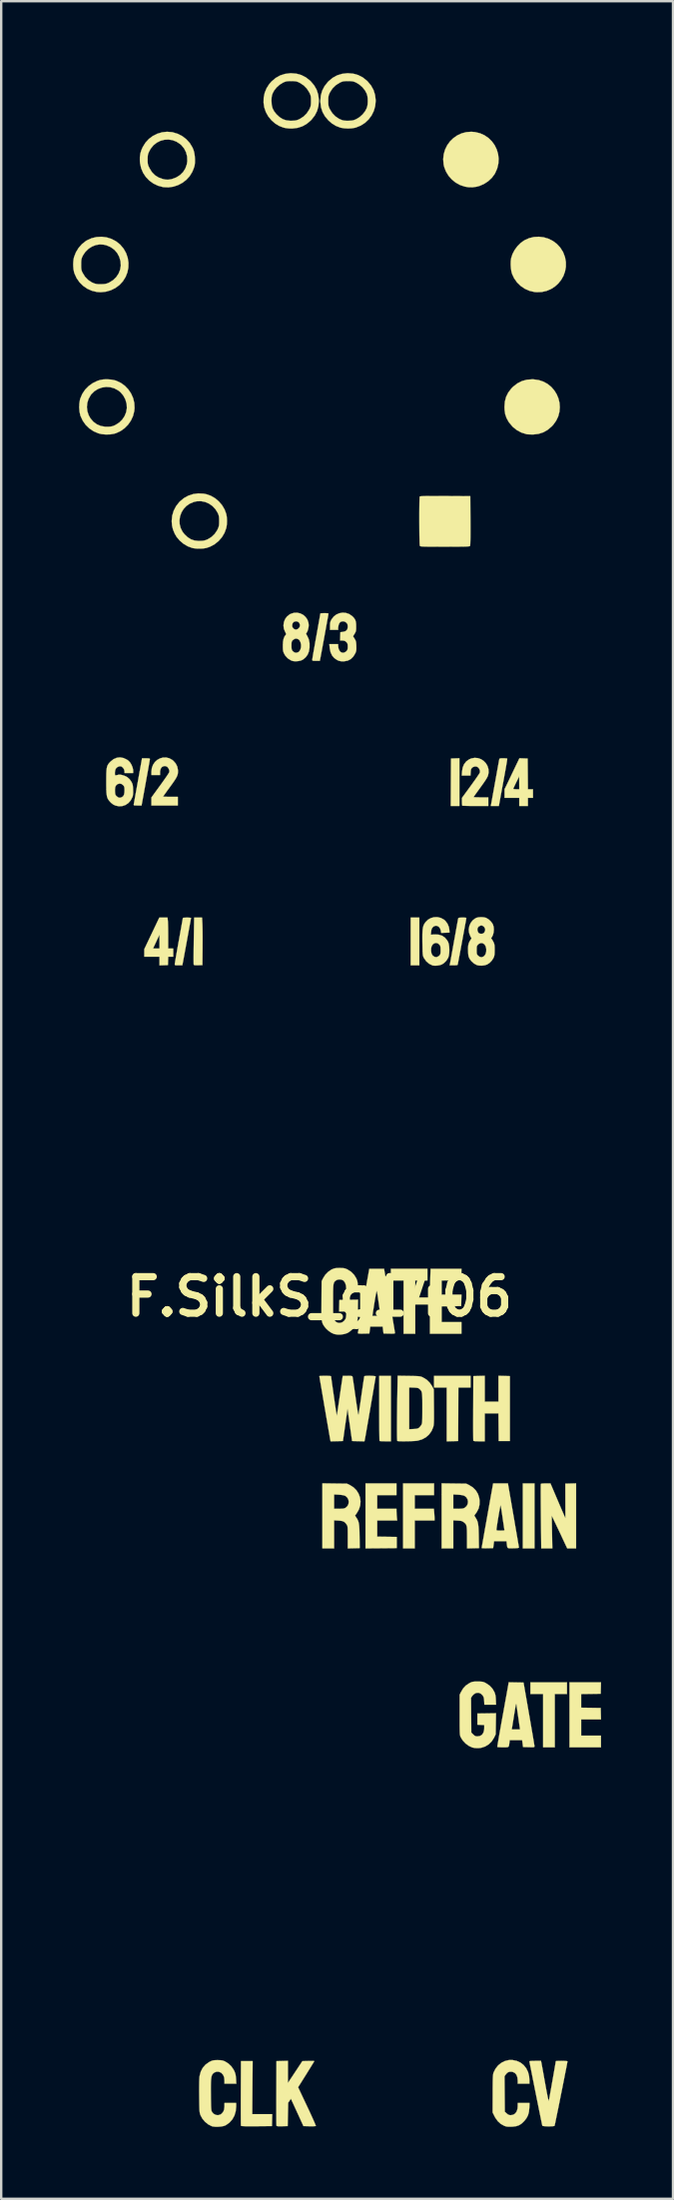
<source format=kicad_pcb>
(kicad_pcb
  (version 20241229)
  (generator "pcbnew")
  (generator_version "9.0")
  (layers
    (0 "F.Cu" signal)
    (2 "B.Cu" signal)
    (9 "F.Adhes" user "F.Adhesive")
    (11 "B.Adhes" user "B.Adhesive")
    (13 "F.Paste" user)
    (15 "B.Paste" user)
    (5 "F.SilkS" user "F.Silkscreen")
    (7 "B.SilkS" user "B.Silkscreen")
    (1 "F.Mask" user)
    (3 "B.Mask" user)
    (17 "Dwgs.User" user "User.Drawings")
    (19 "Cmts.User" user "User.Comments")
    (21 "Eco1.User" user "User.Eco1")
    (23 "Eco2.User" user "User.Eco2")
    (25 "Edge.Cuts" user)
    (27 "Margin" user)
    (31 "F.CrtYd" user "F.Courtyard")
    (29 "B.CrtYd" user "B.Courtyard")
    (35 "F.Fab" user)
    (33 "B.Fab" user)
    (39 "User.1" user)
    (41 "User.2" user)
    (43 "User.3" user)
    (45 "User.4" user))
  (footprint "F.SilkS_g1406"
    (layer "F.Cu")
    (at 10.273 51.038)
    (property "Reference" "F.SilkS_g1406" (at 0 0 0) (layer "F.SilkS") (effects (font (size 1.524 1.524) (thickness 0.3))))
    (attr through_hole)
    (fp_poly (pts (xy 4.17 -13.822) (xy 3.81 -13.822) (xy 3.81 -15.812) (xy 4.17 -15.812) (xy 4.17 -13.822)) (stroke (width 0.01) (type solid)) (fill yes) (layer "F.SilkS"))
    (fp_poly (pts (xy 8.975 10.499) (xy 8.488 10.499) (xy 8.488 7.789) (xy 8.975 7.789) (xy 8.975 10.499)) (stroke (width 0.01) (type solid)) (fill yes) (layer "F.SilkS"))
    (fp_poly (pts (xy 5.842 -20.468) (xy 5.482 -20.468) (xy 5.487 -21.458) (xy 5.493 -22.447) (xy 5.842 -22.46) (xy 5.842 -20.468)) (stroke (width 0.01) (type solid)) (fill yes) (layer "F.SilkS"))
    (fp_poly (pts (xy 4.508 -0.677) (xy 4 -0.677) (xy 4 1.545) (xy 3.514 1.545) (xy 3.514 -0.677) (xy 2.985 -0.677) (xy 2.985 -1.164) (xy 4.508 -1.164) (xy 4.508 -0.677)) (stroke (width 0.01) (type solid)) (fill yes) (layer "F.SilkS"))
    (fp_poly (pts (xy 10.329 16.573) (xy 9.821 16.573) (xy 9.821 18.796) (xy 9.335 18.796) (xy 9.335 16.573) (xy 8.805 16.573) (xy 8.805 16.087) (xy 10.329 16.087) (xy 10.329 16.573)) (stroke (width 0.01) (type solid)) (fill yes) (layer "F.SilkS"))
    (fp_poly (pts (xy 6.308 3.789) (xy 5.8 3.789) (xy 5.795 4.905) (xy 5.789 6.022) (xy 5.551 6.028) (xy 5.313 6.034) (xy 5.313 3.789) (xy 4.784 3.789) (xy 4.784 3.302) (xy 6.308 3.302) (xy 6.308 3.789)) (stroke (width 0.01) (type solid)) (fill yes) (layer "F.SilkS"))
    (fp_poly (pts (xy 11.737 16.563) (xy 11.329 16.569) (xy 10.922 16.574) (xy 10.922 17.144) (xy 11.329 17.15) (xy 11.737 17.156) (xy 11.749 17.632) (xy 10.922 17.632) (xy 10.922 18.309) (xy 11.748 18.309) (xy 11.748 18.796) (xy 10.435 18.796) (xy 10.435 16.087) (xy 11.749 16.087) (xy 11.737 16.563)) (stroke (width 0.01) (type solid)) (fill yes) (layer "F.SilkS"))
    (fp_poly (pts (xy 4.784 8.276) (xy 3.979 8.276) (xy 3.979 8.848) (xy 4.777 8.848) (xy 4.791 9.01) (xy 4.798 9.101) (xy 4.803 9.188) (xy 4.805 9.251) (xy 4.805 9.253) (xy 4.805 9.335) (xy 3.979 9.335) (xy 3.979 10.499) (xy 3.493 10.499) (xy 3.493 7.789) (xy 4.784 7.789) (xy 4.784 8.276)) (stroke (width 0.01) (type solid)) (fill yes) (layer "F.SilkS"))
    (fp_poly (pts (xy 3.217 8.276) (xy 2.413 8.276) (xy 2.413 8.848) (xy 3.217 8.848) (xy 3.217 8.948) (xy 3.22 9.025) (xy 3.225 9.12) (xy 3.231 9.192) (xy 3.245 9.335) (xy 2.413 9.335) (xy 2.413 10.011) (xy 3.228 10.022) (xy 3.228 10.488) (xy 2.577 10.494) (xy 1.926 10.499) (xy 1.926 7.789) (xy 3.217 7.789) (xy 3.217 8.276)) (stroke (width 0.01) (type solid)) (fill yes) (layer "F.SilkS"))
    (fp_poly (pts (xy 2.985 6.032) (xy 2.755 6.032) (xy 2.661 6.031) (xy 2.582 6.028) (xy 2.529 6.023) (xy 2.512 6.018) (xy 2.509 5.995) (xy 2.507 5.933) (xy 2.505 5.837) (xy 2.503 5.708) (xy 2.501 5.552) (xy 2.5 5.371) (xy 2.499 5.169) (xy 2.498 4.951) (xy 2.498 4.718) (xy 2.498 4.653) (xy 2.498 3.302) (xy 2.985 3.302) (xy 2.985 6.032)) (stroke (width 0.01) (type solid)) (fill yes) (layer "F.SilkS"))
    (fp_poly (pts (xy 5.916 -0.688) (xy 5.509 -0.682) (xy 5.101 -0.676) (xy 5.101 -0.085) (xy 5.928 -0.085) (xy 5.916 0.392) (xy 5.509 0.397) (xy 5.101 0.403) (xy 5.101 1.058) (xy 5.927 1.058) (xy 5.927 1.545) (xy 4.614 1.545) (xy 4.614 0.556) (xy 4.615 0.339) (xy 4.616 0.122) (xy 4.617 -0.089) (xy 4.619 -0.288) (xy 4.621 -0.467) (xy 4.624 -0.621) (xy 4.627 -0.743) (xy 4.628 -0.799) (xy 4.642 -1.164) (xy 5.928 -1.164) (xy 5.916 -0.688)) (stroke (width 0.01) (type solid)) (fill yes) (layer "F.SilkS"))
    (fp_poly (pts (xy -4.88 -15.552) (xy -4.877 -15.467) (xy -4.874 -15.347) (xy -4.872 -15.199) (xy -4.871 -15.031) (xy -4.871 -14.851) (xy -4.872 -14.665) (xy -4.872 -14.563) (xy -4.879 -13.832) (xy -5.054 -13.826) (xy -5.143 -13.825) (xy -5.199 -13.828) (xy -5.229 -13.837) (xy -5.242 -13.854) (xy -5.244 -13.881) (xy -5.245 -13.947) (xy -5.246 -14.046) (xy -5.246 -14.174) (xy -5.245 -14.326) (xy -5.244 -14.5) (xy -5.241 -14.689) (xy -5.239 -14.849) (xy -5.223 -15.812) (xy -4.894 -15.812) (xy -4.88 -15.552)) (stroke (width 0.01) (type solid)) (fill yes) (layer "F.SilkS"))
    (fp_poly (pts (xy -2.792 32.994) (xy -2.8 34.099) (xy -1.967 34.099) (xy -1.973 34.348) (xy -1.979 34.597) (xy -2.62 34.603) (xy -2.81 34.604) (xy -2.962 34.604) (xy -3.078 34.603) (xy -3.164 34.6) (xy -3.222 34.596) (xy -3.256 34.59) (xy -3.27 34.583) (xy -3.271 34.581) (xy -3.273 34.556) (xy -3.274 34.492) (xy -3.275 34.393) (xy -3.276 34.263) (xy -3.277 34.105) (xy -3.277 33.923) (xy -3.277 33.72) (xy -3.277 33.501) (xy -3.276 33.269) (xy -3.276 33.221) (xy -3.27 31.888) (xy -2.783 31.888) (xy -2.792 32.994)) (stroke (width 0.01) (type solid)) (fill yes) (layer "F.SilkS"))
    (fp_poly (pts (xy 7.948 3.313) (xy 7.948 6.022) (xy 7.482 6.022) (xy 7.471 4.868) (xy 6.9 4.868) (xy 6.9 6.032) (xy 6.667 6.032) (xy 6.553 6.031) (xy 6.477 6.025) (xy 6.435 6.016) (xy 6.423 6.006) (xy 6.422 5.981) (xy 6.42 5.917) (xy 6.419 5.818) (xy 6.418 5.687) (xy 6.417 5.53) (xy 6.417 5.348) (xy 6.417 5.145) (xy 6.418 4.926) (xy 6.418 4.694) (xy 6.419 4.646) (xy 6.424 3.313) (xy 6.9 3.301) (xy 6.9 4.381) (xy 7.472 4.381) (xy 7.472 3.301) (xy 7.948 3.313)) (stroke (width 0.01) (type solid)) (fill yes) (layer "F.SilkS"))
    (fp_poly (pts (xy 8.689 -22.447) (xy 8.695 -21.807) (xy 8.7 -21.167) (xy 8.911 -21.167) (xy 8.911 -20.807) (xy 8.7 -20.807) (xy 8.7 -20.468) (xy 8.34 -20.468) (xy 8.34 -20.807) (xy 7.726 -20.807) (xy 7.726 -21.164) (xy 7.735 -21.183) (xy 8.087 -21.183) (xy 8.106 -21.174) (xy 8.155 -21.168) (xy 8.213 -21.167) (xy 8.34 -21.167) (xy 8.336 -21.706) (xy 8.212 -21.452) (xy 8.166 -21.357) (xy 8.128 -21.276) (xy 8.101 -21.216) (xy 8.088 -21.185) (xy 8.087 -21.183) (xy 7.735 -21.183) (xy 8.036 -21.812) (xy 8.346 -22.459) (xy 8.689 -22.447)) (stroke (width 0.01) (type solid)) (fill yes) (layer "F.SilkS"))
    (fp_poly (pts (xy -7.143 -22.455) (xy -7.089 -22.448) (xy -7.07 -22.434) (xy -7.069 -22.431) (xy -7.073 -22.406) (xy -7.083 -22.343) (xy -7.1 -22.247) (xy -7.122 -22.122) (xy -7.148 -21.972) (xy -7.179 -21.802) (xy -7.213 -21.616) (xy -7.243 -21.447) (xy -7.418 -20.489) (xy -7.585 -20.489) (xy -7.668 -20.49) (xy -7.717 -20.493) (xy -7.74 -20.502) (xy -7.745 -20.519) (xy -7.743 -20.537) (xy -7.737 -20.567) (xy -7.725 -20.635) (xy -7.707 -20.735) (xy -7.684 -20.863) (xy -7.657 -21.016) (xy -7.626 -21.188) (xy -7.592 -21.375) (xy -7.566 -21.521) (xy -7.398 -22.458) (xy -7.234 -22.458) (xy -7.143 -22.455)) (stroke (width 0.01) (type solid)) (fill yes) (layer "F.SilkS"))
    (fp_poly (pts (xy -6.321 -15.681) (xy -6.317 -15.623) (xy -6.314 -15.53) (xy -6.311 -15.411) (xy -6.309 -15.272) (xy -6.308 -15.123) (xy -6.308 -15.036) (xy -6.308 -14.52) (xy -6.096 -14.52) (xy -6.096 -14.182) (xy -6.306 -14.182) (xy -6.312 -14.007) (xy -6.318 -13.832) (xy -6.668 -13.82) (xy -6.668 -14.182) (xy -7.303 -14.182) (xy -7.303 -14.498) (xy -7.292 -14.52) (xy -6.94 -14.52) (xy -6.668 -14.52) (xy -6.668 -14.811) (xy -6.669 -15.102) (xy -6.729 -14.975) (xy -6.768 -14.892) (xy -6.815 -14.79) (xy -6.861 -14.692) (xy -6.865 -14.684) (xy -6.94 -14.52) (xy -7.292 -14.52) (xy -6.678 -15.811) (xy -6.335 -15.812) (xy -6.321 -15.681)) (stroke (width 0.01) (type solid)) (fill yes) (layer "F.SilkS"))
    (fp_poly (pts (xy 6.493 -48.579) (xy 6.702 -48.529) (xy 6.891 -48.444) (xy 7.057 -48.33) (xy 7.199 -48.19) (xy 7.314 -48.03) (xy 7.4 -47.853) (xy 7.456 -47.663) (xy 7.479 -47.465) (xy 7.467 -47.263) (xy 7.419 -47.061) (xy 7.332 -46.863) (xy 7.314 -46.831) (xy 7.195 -46.67) (xy 7.045 -46.53) (xy 6.871 -46.416) (xy 6.681 -46.333) (xy 6.564 -46.301) (xy 6.389 -46.276) (xy 6.22 -46.28) (xy 6.075 -46.303) (xy 5.876 -46.368) (xy 5.692 -46.468) (xy 5.529 -46.599) (xy 5.39 -46.756) (xy 5.281 -46.935) (xy 5.207 -47.13) (xy 5.184 -47.232) (xy 5.167 -47.447) (xy 5.188 -47.653) (xy 5.245 -47.848) (xy 5.333 -48.028) (xy 5.449 -48.189) (xy 5.591 -48.327) (xy 5.754 -48.441) (xy 5.936 -48.525) (xy 6.132 -48.576) (xy 6.34 -48.592) (xy 6.493 -48.579)) (stroke (width 0.01) (type solid)) (fill yes) (layer "F.SilkS"))
    (fp_poly (pts (xy 9.36 -44.189) (xy 9.555 -44.131) (xy 9.738 -44.04) (xy 9.903 -43.918) (xy 10.045 -43.767) (xy 10.159 -43.588) (xy 10.172 -43.562) (xy 10.248 -43.36) (xy 10.284 -43.158) (xy 10.284 -42.959) (xy 10.249 -42.766) (xy 10.184 -42.583) (xy 10.089 -42.415) (xy 9.968 -42.264) (xy 9.824 -42.134) (xy 9.659 -42.029) (xy 9.476 -41.953) (xy 9.278 -41.909) (xy 9.067 -41.901) (xy 8.974 -41.909) (xy 8.766 -41.957) (xy 8.573 -42.042) (xy 8.398 -42.161) (xy 8.246 -42.309) (xy 8.124 -42.483) (xy 8.039 -42.665) (xy 8.01 -42.774) (xy 7.991 -42.91) (xy 7.982 -43.055) (xy 7.985 -43.196) (xy 8 -43.314) (xy 8.056 -43.488) (xy 8.146 -43.66) (xy 8.264 -43.82) (xy 8.402 -43.958) (xy 8.554 -44.065) (xy 8.554 -44.065) (xy 8.75 -44.153) (xy 8.953 -44.202) (xy 9.158 -44.213) (xy 9.36 -44.189)) (stroke (width 0.01) (type solid)) (fill yes) (layer "F.SilkS"))
    (fp_poly (pts (xy 8.943 -38.263) (xy 9.155 -38.233) (xy 9.349 -38.168) (xy 9.521 -38.073) (xy 9.671 -37.952) (xy 9.797 -37.808) (xy 9.898 -37.647) (xy 9.972 -37.473) (xy 10.017 -37.288) (xy 10.031 -37.099) (xy 10.014 -36.907) (xy 9.964 -36.719) (xy 9.878 -36.538) (xy 9.756 -36.368) (xy 9.694 -36.301) (xy 9.525 -36.158) (xy 9.344 -36.055) (xy 9.146 -35.991) (xy 8.931 -35.965) (xy 8.866 -35.965) (xy 8.778 -35.967) (xy 8.703 -35.971) (xy 8.654 -35.975) (xy 8.647 -35.977) (xy 8.428 -36.045) (xy 8.234 -36.149) (xy 8.065 -36.286) (xy 7.919 -36.459) (xy 7.891 -36.5) (xy 7.807 -36.654) (xy 7.753 -36.813) (xy 7.727 -36.991) (xy 7.722 -37.116) (xy 7.739 -37.336) (xy 7.791 -37.535) (xy 7.881 -37.715) (xy 8.009 -37.882) (xy 8.089 -37.963) (xy 8.263 -38.097) (xy 8.451 -38.192) (xy 8.655 -38.248) (xy 8.876 -38.265) (xy 8.943 -38.263)) (stroke (width 0.01) (type solid)) (fill yes) (layer "F.SilkS"))
    (fp_poly (pts (xy 7.749 -22.456) (xy 7.808 -22.451) (xy 7.837 -22.443) (xy 7.838 -22.442) (xy 7.837 -22.418) (xy 7.828 -22.358) (xy 7.813 -22.265) (xy 7.793 -22.144) (xy 7.768 -22.001) (xy 7.739 -21.84) (xy 7.707 -21.665) (xy 7.705 -21.654) (xy 7.671 -21.468) (xy 7.637 -21.287) (xy 7.606 -21.116) (xy 7.578 -20.963) (xy 7.554 -20.833) (xy 7.536 -20.732) (xy 7.525 -20.675) (xy 7.488 -20.468) (xy 7.151 -20.468) (xy 7.163 -20.526) (xy 7.169 -20.559) (xy 7.182 -20.629) (xy 7.201 -20.731) (xy 7.224 -20.861) (xy 7.252 -21.014) (xy 7.283 -21.186) (xy 7.316 -21.371) (xy 7.335 -21.474) (xy 7.369 -21.664) (xy 7.401 -21.842) (xy 7.43 -22.004) (xy 7.456 -22.146) (xy 7.477 -22.261) (xy 7.492 -22.347) (xy 7.502 -22.398) (xy 7.504 -22.41) (xy 7.513 -22.435) (xy 7.532 -22.449) (xy 7.571 -22.456) (xy 7.639 -22.458) (xy 7.672 -22.458) (xy 7.749 -22.456)) (stroke (width 0.01) (type solid)) (fill yes) (layer "F.SilkS"))
    (fp_poly (pts (xy 10.71 10.499) (xy 10.525 10.498) (xy 10.34 10.498) (xy 10.139 10.07) (xy 10.072 9.925) (xy 10.001 9.775) (xy 9.932 9.63) (xy 9.87 9.5) (xy 9.821 9.397) (xy 9.816 9.387) (xy 9.693 9.133) (xy 9.706 9.816) (xy 9.719 10.499) (xy 9.257 10.499) (xy 9.243 9.163) (xy 9.241 8.929) (xy 9.239 8.707) (xy 9.238 8.502) (xy 9.237 8.316) (xy 9.236 8.153) (xy 9.237 8.018) (xy 9.237 7.913) (xy 9.239 7.843) (xy 9.24 7.81) (xy 9.241 7.808) (xy 9.266 7.8) (xy 9.323 7.794) (xy 9.402 7.79) (xy 9.447 7.79) (xy 9.641 7.79) (xy 9.905 8.409) (xy 9.972 8.566) (xy 10.035 8.715) (xy 10.094 8.851) (xy 10.144 8.967) (xy 10.183 9.058) (xy 10.21 9.119) (xy 10.216 9.133) (xy 10.265 9.239) (xy 10.263 8.52) (xy 10.261 7.8) (xy 10.486 7.794) (xy 10.71 7.788) (xy 10.71 10.499)) (stroke (width 0.01) (type solid)) (fill yes) (layer "F.SilkS"))
    (fp_poly (pts (xy -5.446 -15.81) (xy -5.387 -15.806) (xy -5.357 -15.8) (xy -5.355 -15.798) (xy -5.359 -15.775) (xy -5.369 -15.716) (xy -5.385 -15.625) (xy -5.407 -15.508) (xy -5.432 -15.37) (xy -5.46 -15.216) (xy -5.49 -15.051) (xy -5.521 -14.88) (xy -5.552 -14.709) (xy -5.583 -14.542) (xy -5.612 -14.384) (xy -5.638 -14.242) (xy -5.661 -14.119) (xy -5.679 -14.022) (xy -5.692 -13.954) (xy -5.696 -13.933) (xy -5.718 -13.822) (xy -5.875 -13.822) (xy -5.956 -13.823) (xy -6.003 -13.827) (xy -6.025 -13.838) (xy -6.032 -13.857) (xy -6.032 -13.868) (xy -6.029 -13.898) (xy -6.018 -13.965) (xy -6.002 -14.065) (xy -5.98 -14.193) (xy -5.953 -14.346) (xy -5.923 -14.517) (xy -5.89 -14.704) (xy -5.863 -14.851) (xy -5.828 -15.045) (xy -5.796 -15.225) (xy -5.766 -15.388) (xy -5.741 -15.53) (xy -5.72 -15.647) (xy -5.705 -15.733) (xy -5.696 -15.785) (xy -5.694 -15.8) (xy -5.674 -15.805) (xy -5.623 -15.809) (xy -5.548 -15.811) (xy -5.524 -15.812) (xy -5.446 -15.81)) (stroke (width 0.01) (type solid)) (fill yes) (layer "F.SilkS"))
    (fp_poly (pts (xy 0.29 -28.51) (xy 0.349 -28.505) (xy 0.379 -28.498) (xy 0.381 -28.496) (xy 0.377 -28.472) (xy 0.367 -28.412) (xy 0.351 -28.321) (xy 0.329 -28.203) (xy 0.304 -28.065) (xy 0.276 -27.91) (xy 0.246 -27.745) (xy 0.215 -27.574) (xy 0.184 -27.403) (xy 0.153 -27.236) (xy 0.124 -27.079) (xy 0.098 -26.937) (xy 0.075 -26.815) (xy 0.057 -26.718) (xy 0.044 -26.652) (xy 0.041 -26.633) (xy 0.018 -26.522) (xy -0.139 -26.522) (xy -0.22 -26.523) (xy -0.267 -26.527) (xy -0.289 -26.538) (xy -0.296 -26.557) (xy -0.296 -26.564) (xy -0.293 -26.593) (xy -0.282 -26.66) (xy -0.266 -26.759) (xy -0.244 -26.887) (xy -0.217 -27.038) (xy -0.187 -27.209) (xy -0.154 -27.396) (xy -0.127 -27.544) (xy -0.092 -27.738) (xy -0.06 -27.919) (xy -0.03 -28.083) (xy -0.005 -28.225) (xy 0.016 -28.342) (xy 0.031 -28.429) (xy 0.04 -28.482) (xy 0.042 -28.497) (xy 0.062 -28.504) (xy 0.114 -28.509) (xy 0.188 -28.511) (xy 0.212 -28.512) (xy 0.29 -28.51)) (stroke (width 0.01) (type solid)) (fill yes) (layer "F.SilkS"))
    (fp_poly (pts (xy 6.054 -15.811) (xy 6.103 -15.808) (xy 6.126 -15.799) (xy 6.132 -15.783) (xy 6.128 -15.764) (xy 6.122 -15.734) (xy 6.11 -15.666) (xy 6.091 -15.566) (xy 6.067 -15.438) (xy 6.039 -15.285) (xy 6.007 -15.114) (xy 5.973 -14.927) (xy 5.947 -14.787) (xy 5.912 -14.594) (xy 5.878 -14.413) (xy 5.847 -14.25) (xy 5.82 -14.108) (xy 5.798 -13.992) (xy 5.781 -13.906) (xy 5.77 -13.854) (xy 5.766 -13.84) (xy 5.741 -13.831) (xy 5.685 -13.825) (xy 5.609 -13.822) (xy 5.596 -13.822) (xy 5.436 -13.822) (xy 5.448 -13.88) (xy 5.455 -13.913) (xy 5.467 -13.983) (xy 5.486 -14.085) (xy 5.51 -14.215) (xy 5.537 -14.368) (xy 5.568 -14.539) (xy 5.601 -14.724) (xy 5.619 -14.827) (xy 5.654 -15.017) (xy 5.686 -15.196) (xy 5.715 -15.358) (xy 5.74 -15.499) (xy 5.762 -15.615) (xy 5.777 -15.701) (xy 5.787 -15.752) (xy 5.789 -15.764) (xy 5.798 -15.788) (xy 5.816 -15.802) (xy 5.853 -15.809) (xy 5.918 -15.811) (xy 5.97 -15.812) (xy 6.054 -15.811)) (stroke (width 0.01) (type solid)) (fill yes) (layer "F.SilkS"))
    (fp_poly (pts (xy -6.262 -22.459) (xy -6.137 -22.39) (xy -6.1 -22.361) (xy -5.995 -22.245) (xy -5.927 -22.111) (xy -5.899 -21.962) (xy -5.898 -21.929) (xy -5.9 -21.863) (xy -5.908 -21.802) (xy -5.926 -21.742) (xy -5.955 -21.675) (xy -5.999 -21.597) (xy -6.061 -21.503) (xy -6.143 -21.386) (xy -6.248 -21.241) (xy -6.252 -21.236) (xy -6.331 -21.128) (xy -6.4 -21.031) (xy -6.457 -20.952) (xy -6.498 -20.894) (xy -6.518 -20.863) (xy -6.519 -20.86) (xy -6.499 -20.856) (xy -6.445 -20.853) (xy -6.362 -20.851) (xy -6.26 -20.849) (xy -6.212 -20.849) (xy -5.905 -20.849) (xy -5.905 -20.489) (xy -7.006 -20.489) (xy -7.006 -20.823) (xy -6.639 -21.328) (xy -6.545 -21.459) (xy -6.459 -21.58) (xy -6.384 -21.687) (xy -6.324 -21.776) (xy -6.282 -21.842) (xy -6.261 -21.88) (xy -6.259 -21.884) (xy -6.26 -21.954) (xy -6.289 -22.03) (xy -6.338 -22.093) (xy -6.359 -22.109) (xy -6.424 -22.134) (xy -6.489 -22.131) (xy -6.564 -22.097) (xy -6.616 -22.03) (xy -6.643 -21.931) (xy -6.646 -21.87) (xy -6.646 -21.759) (xy -7.006 -21.759) (xy -7.006 -21.902) (xy -6.988 -22.054) (xy -6.938 -22.188) (xy -6.861 -22.301) (xy -6.763 -22.39) (xy -6.648 -22.453) (xy -6.523 -22.488) (xy -6.393 -22.49) (xy -6.262 -22.459)) (stroke (width 0.01) (type solid)) (fill yes) (layer "F.SilkS"))
    (fp_poly (pts (xy -1.312 32.337) (xy -1.312 32.798) (xy -1.01 32.343) (xy -0.709 31.888) (xy -0.46 31.882) (xy -0.363 31.88) (xy -0.284 31.881) (xy -0.231 31.883) (xy -0.212 31.887) (xy -0.222 31.907) (xy -0.253 31.959) (xy -0.301 32.037) (xy -0.363 32.138) (xy -0.436 32.256) (xy -0.518 32.388) (xy -0.549 32.438) (xy -0.887 32.977) (xy -0.51 33.777) (xy -0.429 33.948) (xy -0.356 34.107) (xy -0.29 34.251) (xy -0.235 34.375) (xy -0.192 34.474) (xy -0.162 34.546) (xy -0.148 34.586) (xy -0.147 34.592) (xy -0.173 34.598) (xy -0.232 34.602) (xy -0.316 34.604) (xy -0.413 34.603) (xy -0.664 34.597) (xy -0.829 34.237) (xy -0.889 34.104) (xy -0.952 33.967) (xy -1.012 33.837) (xy -1.063 33.726) (xy -1.09 33.667) (xy -1.187 33.457) (xy -1.244 33.54) (xy -1.302 33.623) (xy -1.312 34.11) (xy -1.323 34.597) (xy -1.551 34.603) (xy -1.66 34.604) (xy -1.732 34.602) (xy -1.773 34.594) (xy -1.789 34.582) (xy -1.791 34.556) (xy -1.792 34.492) (xy -1.794 34.393) (xy -1.794 34.263) (xy -1.795 34.105) (xy -1.795 33.923) (xy -1.795 33.72) (xy -1.795 33.501) (xy -1.794 33.269) (xy -1.794 33.221) (xy -1.789 31.888) (xy -1.312 31.876) (xy -1.312 32.337)) (stroke (width 0.01) (type solid)) (fill yes) (layer "F.SilkS"))
    (fp_poly (pts (xy 4.96 -33.397) (xy 5.2 -33.396) (xy 5.251 -33.396) (xy 6.297 -33.39) (xy 6.303 -32.366) (xy 6.304 -32.108) (xy 6.304 -31.89) (xy 6.303 -31.711) (xy 6.301 -31.567) (xy 6.298 -31.457) (xy 6.295 -31.38) (xy 6.29 -31.332) (xy 6.284 -31.313) (xy 6.272 -31.306) (xy 6.245 -31.301) (xy 6.201 -31.296) (xy 6.136 -31.292) (xy 6.047 -31.289) (xy 5.931 -31.287) (xy 5.784 -31.286) (xy 5.603 -31.285) (xy 5.385 -31.284) (xy 5.237 -31.284) (xy 5.002 -31.284) (xy 4.806 -31.285) (xy 4.646 -31.285) (xy 4.517 -31.286) (xy 4.416 -31.288) (xy 4.339 -31.29) (xy 4.283 -31.294) (xy 4.244 -31.298) (xy 4.219 -31.304) (xy 4.204 -31.311) (xy 4.196 -31.319) (xy 4.192 -31.325) (xy 4.187 -31.354) (xy 4.183 -31.421) (xy 4.18 -31.519) (xy 4.177 -31.643) (xy 4.174 -31.79) (xy 4.172 -31.953) (xy 4.171 -32.127) (xy 4.17 -32.308) (xy 4.17 -32.49) (xy 4.17 -32.668) (xy 4.171 -32.837) (xy 4.173 -32.992) (xy 4.175 -33.127) (xy 4.178 -33.238) (xy 4.181 -33.319) (xy 4.185 -33.366) (xy 4.187 -33.375) (xy 4.2 -33.381) (xy 4.23 -33.386) (xy 4.282 -33.39) (xy 4.358 -33.393) (xy 4.46 -33.396) (xy 4.593 -33.397) (xy 4.758 -33.397) (xy 4.96 -33.397)) (stroke (width 0.01) (type solid)) (fill yes) (layer "F.SilkS"))
    (fp_poly (pts (xy 0.64 7.794) (xy 1.154 7.8) (xy 1.275 7.859) (xy 1.426 7.955) (xy 1.548 8.077) (xy 1.637 8.218) (xy 1.694 8.374) (xy 1.717 8.538) (xy 1.704 8.705) (xy 1.653 8.869) (xy 1.578 9.003) (xy 1.488 9.135) (xy 1.538 9.208) (xy 1.577 9.269) (xy 1.608 9.328) (xy 1.631 9.391) (xy 1.648 9.465) (xy 1.66 9.556) (xy 1.668 9.671) (xy 1.673 9.815) (xy 1.676 9.993) (xy 1.683 10.488) (xy 1.434 10.494) (xy 1.185 10.5) (xy 1.185 10.037) (xy 1.185 9.885) (xy 1.184 9.769) (xy 1.182 9.684) (xy 1.178 9.622) (xy 1.172 9.579) (xy 1.163 9.548) (xy 1.15 9.523) (xy 1.138 9.504) (xy 1.082 9.433) (xy 1.024 9.386) (xy 0.951 9.358) (xy 0.853 9.343) (xy 0.794 9.339) (xy 0.614 9.329) (xy 0.614 10.499) (xy 0.127 10.499) (xy 0.127 8.848) (xy 0.614 8.848) (xy 0.82 8.848) (xy 0.925 8.846) (xy 0.998 8.84) (xy 1.05 8.827) (xy 1.092 8.807) (xy 1.094 8.806) (xy 1.169 8.738) (xy 1.213 8.652) (xy 1.227 8.556) (xy 1.209 8.461) (xy 1.162 8.376) (xy 1.085 8.311) (xy 1.075 8.306) (xy 1.006 8.283) (xy 0.901 8.267) (xy 0.81 8.259) (xy 0.614 8.249) (xy 0.614 8.848) (xy 0.127 8.848) (xy 0.127 7.787) (xy 0.64 7.794)) (stroke (width 0.01) (type solid)) (fill yes) (layer "F.SilkS"))
    (fp_poly (pts (xy 5.614 7.794) (xy 6.128 7.8) (xy 6.249 7.86) (xy 6.404 7.957) (xy 6.527 8.082) (xy 6.617 8.23) (xy 6.67 8.398) (xy 6.684 8.508) (xy 6.68 8.68) (xy 6.645 8.832) (xy 6.575 8.972) (xy 6.544 9.017) (xy 6.462 9.131) (xy 6.523 9.228) (xy 6.559 9.289) (xy 6.587 9.35) (xy 6.609 9.418) (xy 6.624 9.499) (xy 6.636 9.599) (xy 6.643 9.724) (xy 6.648 9.882) (xy 6.65 10.012) (xy 6.657 10.488) (xy 6.408 10.494) (xy 6.16 10.5) (xy 6.16 10.043) (xy 6.159 9.879) (xy 6.157 9.751) (xy 6.151 9.653) (xy 6.142 9.58) (xy 6.126 9.526) (xy 6.104 9.484) (xy 6.073 9.449) (xy 6.033 9.415) (xy 6.02 9.406) (xy 5.975 9.376) (xy 5.929 9.357) (xy 5.867 9.346) (xy 5.776 9.339) (xy 5.766 9.339) (xy 5.588 9.329) (xy 5.588 10.499) (xy 5.101 10.499) (xy 5.101 8.848) (xy 5.588 8.848) (xy 5.792 8.848) (xy 5.894 8.846) (xy 5.965 8.84) (xy 6.016 8.828) (xy 6.059 8.808) (xy 6.068 8.803) (xy 6.144 8.734) (xy 6.188 8.647) (xy 6.201 8.551) (xy 6.183 8.457) (xy 6.134 8.373) (xy 6.054 8.308) (xy 6.049 8.306) (xy 5.98 8.283) (xy 5.876 8.267) (xy 5.784 8.259) (xy 5.588 8.249) (xy 5.588 8.848) (xy 5.101 8.848) (xy 5.101 7.787) (xy 5.614 7.794)) (stroke (width 0.01) (type solid)) (fill yes) (layer "F.SilkS"))
    (fp_poly (pts (xy 6.614 -22.466) (xy 6.74 -22.422) (xy 6.852 -22.35) (xy 6.945 -22.254) (xy 7.014 -22.138) (xy 7.054 -22.008) (xy 7.061 -21.868) (xy 7.04 -21.754) (xy 7.021 -21.702) (xy 6.988 -21.638) (xy 6.94 -21.558) (xy 6.873 -21.458) (xy 6.784 -21.332) (xy 6.72 -21.244) (xy 6.639 -21.132) (xy 6.566 -21.031) (xy 6.506 -20.947) (xy 6.462 -20.884) (xy 6.438 -20.847) (xy 6.435 -20.84) (xy 6.455 -20.836) (xy 6.509 -20.832) (xy 6.592 -20.83) (xy 6.694 -20.828) (xy 6.742 -20.828) (xy 7.048 -20.828) (xy 7.048 -20.468) (xy 6.512 -20.468) (xy 6.366 -20.469) (xy 6.233 -20.47) (xy 6.121 -20.473) (xy 6.034 -20.476) (xy 5.979 -20.479) (xy 5.962 -20.482) (xy 5.955 -20.509) (xy 5.95 -20.566) (xy 5.948 -20.642) (xy 5.948 -20.65) (xy 5.948 -20.804) (xy 6.317 -21.31) (xy 6.411 -21.441) (xy 6.498 -21.562) (xy 6.573 -21.67) (xy 6.633 -21.759) (xy 6.676 -21.825) (xy 6.697 -21.863) (xy 6.699 -21.868) (xy 6.699 -21.944) (xy 6.666 -22.024) (xy 6.626 -22.076) (xy 6.562 -22.112) (xy 6.485 -22.117) (xy 6.408 -22.09) (xy 6.379 -22.069) (xy 6.346 -22.035) (xy 6.327 -21.996) (xy 6.316 -21.936) (xy 6.312 -21.879) (xy 6.303 -21.738) (xy 5.942 -21.738) (xy 5.952 -21.903) (xy 5.979 -22.069) (xy 6.038 -22.211) (xy 6.128 -22.326) (xy 6.247 -22.412) (xy 6.336 -22.45) (xy 6.477 -22.477) (xy 6.614 -22.466)) (stroke (width 0.01) (type solid)) (fill yes) (layer "F.SilkS"))
    (fp_poly (pts (xy 2.928 0.164) (xy 2.967 0.396) (xy 3.005 0.616) (xy 3.04 0.821) (xy 3.071 1.006) (xy 3.098 1.168) (xy 3.121 1.304) (xy 3.138 1.41) (xy 3.15 1.482) (xy 3.155 1.517) (xy 3.155 1.519) (xy 3.144 1.532) (xy 3.109 1.539) (xy 3.045 1.542) (xy 2.945 1.541) (xy 2.916 1.541) (xy 2.678 1.535) (xy 2.659 1.392) (xy 2.641 1.249) (xy 2.122 1.249) (xy 2.103 1.392) (xy 2.085 1.535) (xy 1.847 1.541) (xy 1.738 1.542) (xy 1.666 1.54) (xy 1.624 1.534) (xy 1.609 1.523) (xy 1.608 1.519) (xy 1.611 1.494) (xy 1.622 1.431) (xy 1.639 1.334) (xy 1.661 1.205) (xy 1.688 1.049) (xy 1.72 0.87) (xy 1.731 0.804) (xy 2.21 0.804) (xy 2.387 0.804) (xy 2.473 0.803) (xy 2.525 0.8) (xy 2.55 0.792) (xy 2.555 0.777) (xy 2.553 0.767) (xy 2.547 0.736) (xy 2.536 0.67) (xy 2.522 0.574) (xy 2.504 0.457) (xy 2.485 0.324) (xy 2.477 0.265) (xy 2.457 0.127) (xy 2.439 0.002) (xy 2.422 -0.104) (xy 2.408 -0.183) (xy 2.399 -0.231) (xy 2.396 -0.239) (xy 2.388 -0.231) (xy 2.376 -0.184) (xy 2.358 -0.102) (xy 2.337 0.014) (xy 2.312 0.158) (xy 2.295 0.263) (xy 2.21 0.804) (xy 1.731 0.804) (xy 1.755 0.67) (xy 1.794 0.454) (xy 1.835 0.225) (xy 1.845 0.164) (xy 2.084 -1.164) (xy 2.699 -1.164) (xy 2.928 0.164)) (stroke (width 0.01) (type solid)) (fill yes) (layer "F.SilkS"))
    (fp_poly (pts (xy 8.235 31.878) (xy 8.39 31.949) (xy 8.522 32.052) (xy 8.628 32.184) (xy 8.706 32.34) (xy 8.751 32.518) (xy 8.763 32.675) (xy 8.763 32.83) (xy 8.276 32.83) (xy 8.276 32.702) (xy 8.262 32.565) (xy 8.221 32.457) (xy 8.155 32.38) (xy 8.064 32.337) (xy 8.018 32.329) (xy 7.92 32.333) (xy 7.841 32.371) (xy 7.773 32.448) (xy 7.773 32.448) (xy 7.724 32.521) (xy 7.73 33.259) (xy 7.736 33.997) (xy 7.815 34.069) (xy 7.874 34.116) (xy 7.928 34.137) (xy 7.988 34.142) (xy 8.091 34.123) (xy 8.173 34.069) (xy 8.233 33.983) (xy 8.268 33.868) (xy 8.276 33.762) (xy 8.276 33.634) (xy 8.768 33.634) (xy 8.759 33.84) (xy 8.742 34.007) (xy 8.704 34.146) (xy 8.64 34.269) (xy 8.545 34.389) (xy 8.537 34.397) (xy 8.435 34.494) (xy 8.332 34.56) (xy 8.218 34.6) (xy 8.08 34.619) (xy 8.022 34.622) (xy 7.915 34.624) (xy 7.835 34.619) (xy 7.77 34.606) (xy 7.711 34.585) (xy 7.569 34.507) (xy 7.443 34.392) (xy 7.338 34.246) (xy 7.308 34.189) (xy 7.228 34.027) (xy 7.231 33.243) (xy 7.231 33.035) (xy 7.233 32.865) (xy 7.234 32.728) (xy 7.237 32.621) (xy 7.241 32.537) (xy 7.246 32.474) (xy 7.252 32.427) (xy 7.26 32.391) (xy 7.268 32.364) (xy 7.349 32.203) (xy 7.458 32.066) (xy 7.59 31.959) (xy 7.741 31.884) (xy 7.905 31.844) (xy 8.06 31.842) (xy 8.235 31.878)) (stroke (width 0.01) (type solid)) (fill yes) (layer "F.SilkS"))
    (fp_poly (pts (xy -8.688 -38.254) (xy -8.54 -38.226) (xy -8.477 -38.207) (xy -8.284 -38.117) (xy -8.114 -37.995) (xy -7.97 -37.845) (xy -7.854 -37.672) (xy -7.77 -37.482) (xy -7.721 -37.279) (xy -7.71 -37.068) (xy -7.722 -36.943) (xy -7.773 -36.738) (xy -7.86 -36.547) (xy -7.979 -36.375) (xy -8.126 -36.227) (xy -8.295 -36.107) (xy -8.482 -36.02) (xy -8.565 -35.996) (xy -8.73 -35.968) (xy -8.911 -35.964) (xy -9.088 -35.981) (xy -9.223 -36.014) (xy -9.42 -36.099) (xy -9.597 -36.219) (xy -9.75 -36.368) (xy -9.873 -36.543) (xy -9.963 -36.737) (xy -9.972 -36.765) (xy -10.004 -36.912) (xy -10.018 -37.081) (xy -10.017 -37.106) (xy -9.698 -37.106) (xy -9.678 -36.929) (xy -9.621 -36.761) (xy -9.552 -36.64) (xy -9.428 -36.496) (xy -9.283 -36.389) (xy -9.118 -36.319) (xy -8.934 -36.287) (xy -8.826 -36.286) (xy -8.726 -36.292) (xy -8.649 -36.305) (xy -8.577 -36.329) (xy -8.504 -36.363) (xy -8.351 -36.46) (xy -8.223 -36.585) (xy -8.125 -36.732) (xy -8.06 -36.893) (xy -8.03 -37.064) (xy -8.039 -37.238) (xy -8.041 -37.248) (xy -8.095 -37.434) (xy -8.184 -37.597) (xy -8.305 -37.735) (xy -8.392 -37.803) (xy -8.552 -37.889) (xy -8.722 -37.937) (xy -8.896 -37.948) (xy -9.069 -37.923) (xy -9.232 -37.864) (xy -9.382 -37.771) (xy -9.51 -37.646) (xy -9.537 -37.611) (xy -9.627 -37.454) (xy -9.681 -37.283) (xy -9.698 -37.106) (xy -10.017 -37.106) (xy -10.012 -37.252) (xy -9.988 -37.41) (xy -9.972 -37.467) (xy -9.889 -37.66) (xy -9.771 -37.835) (xy -9.622 -37.986) (xy -9.448 -38.111) (xy -9.253 -38.204) (xy -9.142 -38.238) (xy -9.006 -38.261) (xy -8.849 -38.266) (xy -8.688 -38.254)) (stroke (width 0.01) (type solid)) (fill yes) (layer "F.SilkS"))
    (fp_poly (pts (xy 8.518 16.097) (xy 8.745 17.399) (xy 8.785 17.629) (xy 8.823 17.848) (xy 8.858 18.052) (xy 8.89 18.237) (xy 8.917 18.399) (xy 8.94 18.535) (xy 8.957 18.641) (xy 8.969 18.713) (xy 8.973 18.747) (xy 8.973 18.749) (xy 8.973 18.77) (xy 8.964 18.783) (xy 8.94 18.791) (xy 8.894 18.794) (xy 8.818 18.793) (xy 8.737 18.791) (xy 8.498 18.785) (xy 8.46 18.5) (xy 7.941 18.5) (xy 7.927 18.611) (xy 7.917 18.69) (xy 7.906 18.743) (xy 7.886 18.775) (xy 7.849 18.79) (xy 7.788 18.796) (xy 7.694 18.796) (xy 7.662 18.796) (xy 7.568 18.795) (xy 7.491 18.791) (xy 7.44 18.785) (xy 7.424 18.78) (xy 7.426 18.757) (xy 7.435 18.696) (xy 7.451 18.601) (xy 7.472 18.475) (xy 7.498 18.323) (xy 7.529 18.148) (xy 7.546 18.055) (xy 8.023 18.055) (xy 8.373 18.055) (xy 8.305 17.584) (xy 8.284 17.442) (xy 8.264 17.307) (xy 8.247 17.189) (xy 8.233 17.095) (xy 8.224 17.032) (xy 8.222 17.018) (xy 8.216 16.993) (xy 8.21 16.987) (xy 8.202 17.003) (xy 8.192 17.045) (xy 8.178 17.118) (xy 8.16 17.223) (xy 8.137 17.365) (xy 8.126 17.431) (xy 8.103 17.576) (xy 8.082 17.709) (xy 8.063 17.825) (xy 8.048 17.917) (xy 8.038 17.977) (xy 8.034 17.997) (xy 8.023 18.055) (xy 7.546 18.055) (xy 7.564 17.953) (xy 7.601 17.743) (xy 7.633 17.568) (xy 7.674 17.344) (xy 7.713 17.128) (xy 7.749 16.926) (xy 7.783 16.74) (xy 7.813 16.577) (xy 7.837 16.439) (xy 7.857 16.331) (xy 7.87 16.257) (xy 7.875 16.229) (xy 7.899 16.086) (xy 8.518 16.097)) (stroke (width 0.01) (type solid)) (fill yes) (layer "F.SilkS"))
    (fp_poly (pts (xy 8.094 9.107) (xy 8.134 9.338) (xy 8.171 9.558) (xy 8.206 9.761) (xy 8.238 9.946) (xy 8.266 10.108) (xy 8.289 10.243) (xy 8.307 10.348) (xy 8.319 10.42) (xy 8.325 10.454) (xy 8.325 10.456) (xy 8.32 10.471) (xy 8.297 10.481) (xy 8.249 10.487) (xy 8.169 10.492) (xy 8.093 10.494) (xy 7.987 10.497) (xy 7.916 10.496) (xy 7.872 10.485) (xy 7.847 10.46) (xy 7.834 10.416) (xy 7.825 10.347) (xy 7.821 10.313) (xy 7.807 10.202) (xy 7.288 10.202) (xy 7.25 10.488) (xy 7.011 10.494) (xy 6.917 10.495) (xy 6.839 10.493) (xy 6.789 10.489) (xy 6.772 10.483) (xy 6.776 10.46) (xy 6.786 10.399) (xy 6.802 10.303) (xy 6.824 10.176) (xy 6.852 10.022) (xy 6.883 9.843) (xy 6.905 9.721) (xy 7.387 9.721) (xy 7.392 9.739) (xy 7.413 9.75) (xy 7.458 9.756) (xy 7.534 9.758) (xy 7.559 9.758) (xy 7.644 9.757) (xy 7.694 9.753) (xy 7.717 9.745) (xy 7.723 9.73) (xy 7.72 9.717) (xy 7.714 9.685) (xy 7.703 9.617) (xy 7.689 9.521) (xy 7.671 9.402) (xy 7.651 9.267) (xy 7.64 9.188) (xy 7.62 9.05) (xy 7.601 8.927) (xy 7.584 8.825) (xy 7.57 8.75) (xy 7.561 8.707) (xy 7.557 8.7) (xy 7.551 8.719) (xy 7.539 8.774) (xy 7.524 8.857) (xy 7.505 8.961) (xy 7.485 9.079) (xy 7.464 9.204) (xy 7.443 9.33) (xy 7.424 9.45) (xy 7.408 9.556) (xy 7.396 9.642) (xy 7.388 9.701) (xy 7.387 9.721) (xy 6.905 9.721) (xy 6.918 9.644) (xy 6.957 9.428) (xy 6.998 9.199) (xy 7.01 9.128) (xy 7.25 7.789) (xy 7.558 7.789) (xy 7.866 7.789) (xy 8.094 9.107)) (stroke (width 0.01) (type solid)) (fill yes) (layer "F.SilkS"))
    (fp_poly (pts (xy 6.706 16.056) (xy 6.777 16.06) (xy 6.832 16.069) (xy 6.882 16.087) (xy 6.939 16.116) (xy 6.959 16.127) (xy 7.106 16.227) (xy 7.22 16.351) (xy 7.299 16.486) (xy 7.328 16.558) (xy 7.346 16.632) (xy 7.357 16.722) (xy 7.362 16.812) (xy 7.371 17.018) (xy 6.884 17.018) (xy 6.876 16.863) (xy 6.869 16.773) (xy 6.855 16.711) (xy 6.832 16.662) (xy 6.81 16.63) (xy 6.732 16.556) (xy 6.644 16.521) (xy 6.551 16.527) (xy 6.506 16.544) (xy 6.44 16.589) (xy 6.383 16.647) (xy 6.376 16.657) (xy 6.327 16.73) (xy 6.333 17.456) (xy 6.339 18.182) (xy 6.419 18.261) (xy 6.472 18.309) (xy 6.519 18.333) (xy 6.577 18.341) (xy 6.603 18.341) (xy 6.706 18.323) (xy 6.787 18.27) (xy 6.844 18.185) (xy 6.874 18.071) (xy 6.879 17.994) (xy 6.879 17.867) (xy 6.593 17.854) (xy 6.593 17.388) (xy 6.981 17.383) (xy 7.369 17.377) (xy 7.362 17.817) (xy 7.355 18.257) (xy 7.287 18.397) (xy 7.189 18.55) (xy 7.065 18.673) (xy 6.918 18.763) (xy 6.753 18.817) (xy 6.637 18.831) (xy 6.496 18.827) (xy 6.383 18.805) (xy 6.237 18.738) (xy 6.101 18.639) (xy 5.985 18.516) (xy 5.9 18.38) (xy 5.898 18.375) (xy 5.886 18.349) (xy 5.877 18.322) (xy 5.87 18.29) (xy 5.864 18.249) (xy 5.86 18.193) (xy 5.857 18.119) (xy 5.855 18.023) (xy 5.853 17.899) (xy 5.853 17.745) (xy 5.853 17.554) (xy 5.853 17.441) (xy 5.853 16.605) (xy 5.91 16.488) (xy 6.001 16.337) (xy 6.112 16.219) (xy 6.248 16.128) (xy 6.31 16.095) (xy 6.361 16.074) (xy 6.413 16.062) (xy 6.478 16.056) (xy 6.57 16.055) (xy 6.604 16.055) (xy 6.706 16.056)) (stroke (width 0.01) (type solid)) (fill yes) (layer "F.SilkS"))
    (fp_poly (pts (xy -8.875 -44.186) (xy -8.675 -44.124) (xy -8.488 -44.026) (xy -8.32 -43.894) (xy -8.301 -43.875) (xy -8.163 -43.709) (xy -8.061 -43.527) (xy -7.995 -43.332) (xy -7.964 -43.13) (xy -7.969 -42.927) (xy -8.009 -42.727) (xy -8.084 -42.536) (xy -8.194 -42.359) (xy -8.334 -42.205) (xy -8.506 -42.077) (xy -8.698 -41.982) (xy -8.906 -41.922) (xy -9.12 -41.9) (xy -9.282 -41.91) (xy -9.488 -41.959) (xy -9.68 -42.044) (xy -9.853 -42.163) (xy -10.003 -42.311) (xy -10.125 -42.484) (xy -10.214 -42.678) (xy -10.234 -42.741) (xy -10.257 -42.861) (xy -10.268 -43.003) (xy -10.267 -43.053) (xy -9.938 -43.053) (xy -9.937 -42.948) (xy -9.932 -42.873) (xy -9.921 -42.815) (xy -9.903 -42.762) (xy -9.88 -42.714) (xy -9.777 -42.546) (xy -9.647 -42.411) (xy -9.492 -42.309) (xy -9.392 -42.266) (xy -9.312 -42.244) (xy -9.221 -42.233) (xy -9.105 -42.232) (xy -9.091 -42.233) (xy -8.989 -42.238) (xy -8.912 -42.249) (xy -8.844 -42.269) (xy -8.767 -42.302) (xy -8.763 -42.304) (xy -8.607 -42.401) (xy -8.477 -42.525) (xy -8.378 -42.671) (xy -8.313 -42.833) (xy -8.283 -43.005) (xy -8.293 -43.182) (xy -8.295 -43.193) (xy -8.349 -43.378) (xy -8.437 -43.539) (xy -8.557 -43.674) (xy -8.705 -43.78) (xy -8.879 -43.855) (xy -8.995 -43.883) (xy -9.162 -43.894) (xy -9.329 -43.866) (xy -9.488 -43.802) (xy -9.634 -43.708) (xy -9.76 -43.585) (xy -9.861 -43.437) (xy -9.881 -43.397) (xy -9.907 -43.336) (xy -9.924 -43.28) (xy -9.933 -43.217) (xy -9.937 -43.135) (xy -9.938 -43.053) (xy -10.267 -43.053) (xy -10.266 -43.151) (xy -10.251 -43.288) (xy -10.234 -43.364) (xy -10.155 -43.565) (xy -10.043 -43.748) (xy -9.903 -43.907) (xy -9.739 -44.036) (xy -9.691 -44.065) (xy -9.496 -44.153) (xy -9.291 -44.201) (xy -9.082 -44.212) (xy -8.875 -44.186)) (stroke (width 0.01) (type solid)) (fill yes) (layer "F.SilkS"))
    (fp_poly (pts (xy -6.148 -48.575) (xy -6.117 -48.569) (xy -5.906 -48.505) (xy -5.714 -48.406) (xy -5.546 -48.275) (xy -5.404 -48.118) (xy -5.294 -47.937) (xy -5.248 -47.826) (xy -5.218 -47.713) (xy -5.198 -47.576) (xy -5.189 -47.431) (xy -5.191 -47.294) (xy -5.206 -47.18) (xy -5.206 -47.178) (xy -5.229 -47.101) (xy -5.265 -47.007) (xy -5.305 -46.914) (xy -5.308 -46.908) (xy -5.414 -46.736) (xy -5.552 -46.586) (xy -5.716 -46.462) (xy -5.898 -46.366) (xy -6.093 -46.302) (xy -6.296 -46.273) (xy -6.499 -46.282) (xy -6.519 -46.285) (xy -6.73 -46.341) (xy -6.922 -46.432) (xy -7.092 -46.554) (xy -7.237 -46.705) (xy -7.352 -46.878) (xy -7.434 -47.072) (xy -7.48 -47.282) (xy -7.487 -47.36) (xy -7.488 -47.433) (xy -7.165 -47.433) (xy -7.164 -47.336) (xy -7.158 -47.265) (xy -7.145 -47.206) (xy -7.121 -47.144) (xy -7.085 -47.07) (xy -6.985 -46.908) (xy -6.861 -46.781) (xy -6.71 -46.685) (xy -6.535 -46.621) (xy -6.412 -46.595) (xy -6.301 -46.593) (xy -6.181 -46.612) (xy -6.15 -46.62) (xy -5.969 -46.687) (xy -5.813 -46.785) (xy -5.686 -46.91) (xy -5.591 -47.06) (xy -5.53 -47.23) (xy -5.509 -47.37) (xy -5.516 -47.559) (xy -5.561 -47.736) (xy -5.643 -47.897) (xy -5.758 -48.036) (xy -5.805 -48.077) (xy -5.959 -48.178) (xy -6.124 -48.242) (xy -6.294 -48.268) (xy -6.464 -48.259) (xy -6.628 -48.216) (xy -6.781 -48.139) (xy -6.918 -48.031) (xy -7.033 -47.892) (xy -7.097 -47.778) (xy -7.13 -47.706) (xy -7.15 -47.645) (xy -7.16 -47.582) (xy -7.164 -47.501) (xy -7.165 -47.433) (xy -7.488 -47.433) (xy -7.488 -47.535) (xy -7.467 -47.688) (xy -7.421 -47.837) (xy -7.365 -47.959) (xy -7.253 -48.139) (xy -7.111 -48.293) (xy -6.945 -48.417) (xy -6.76 -48.51) (xy -6.562 -48.569) (xy -6.357 -48.592) (xy -6.148 -48.575)) (stroke (width 0.01) (type solid)) (fill yes) (layer "F.SilkS"))
    (fp_poly (pts (xy -4.83 -33.495) (xy -4.722 -33.474) (xy -4.53 -33.408) (xy -4.352 -33.306) (xy -4.193 -33.172) (xy -4.058 -33.014) (xy -3.953 -32.835) (xy -3.885 -32.649) (xy -3.862 -32.519) (xy -3.854 -32.369) (xy -3.859 -32.217) (xy -3.879 -32.083) (xy -3.884 -32.061) (xy -3.957 -31.861) (xy -4.066 -31.678) (xy -4.206 -31.518) (xy -4.372 -31.385) (xy -4.56 -31.284) (xy -4.714 -31.231) (xy -4.83 -31.211) (xy -4.968 -31.203) (xy -5.112 -31.205) (xy -5.244 -31.219) (xy -5.31 -31.233) (xy -5.496 -31.303) (xy -5.671 -31.408) (xy -5.827 -31.541) (xy -5.957 -31.695) (xy -6.038 -31.835) (xy -6.106 -32.002) (xy -6.145 -32.161) (xy -6.159 -32.33) (xy -6.16 -32.36) (xy -6.156 -32.394) (xy -5.836 -32.394) (xy -5.829 -32.229) (xy -5.788 -32.066) (xy -5.711 -31.912) (xy -5.626 -31.802) (xy -5.494 -31.678) (xy -5.358 -31.592) (xy -5.209 -31.542) (xy -5.041 -31.523) (xy -4.974 -31.524) (xy -4.869 -31.53) (xy -4.788 -31.544) (xy -4.711 -31.57) (xy -4.656 -31.594) (xy -4.501 -31.689) (xy -4.367 -31.817) (xy -4.263 -31.969) (xy -4.246 -32.004) (xy -4.215 -32.073) (xy -4.196 -32.131) (xy -4.185 -32.192) (xy -4.181 -32.271) (xy -4.18 -32.353) (xy -4.182 -32.457) (xy -4.188 -32.533) (xy -4.2 -32.593) (xy -4.222 -32.652) (xy -4.237 -32.687) (xy -4.334 -32.846) (xy -4.457 -32.978) (xy -4.601 -33.079) (xy -4.762 -33.149) (xy -4.934 -33.183) (xy -5.11 -33.179) (xy -5.241 -33.15) (xy -5.409 -33.079) (xy -5.551 -32.979) (xy -5.666 -32.855) (xy -5.753 -32.713) (xy -5.81 -32.557) (xy -5.836 -32.394) (xy -6.156 -32.394) (xy -6.139 -32.575) (xy -6.078 -32.781) (xy -5.979 -32.973) (xy -5.843 -33.146) (xy -5.818 -33.171) (xy -5.651 -33.31) (xy -5.465 -33.413) (xy -5.262 -33.479) (xy -5.049 -33.507) (xy -4.83 -33.495)) (stroke (width 0.01) (type solid)) (fill yes) (layer "F.SilkS"))
    (fp_poly (pts (xy 3.734 3.306) (xy 3.887 3.308) (xy 4.004 3.311) (xy 4.092 3.314) (xy 4.158 3.32) (xy 4.207 3.327) (xy 4.248 3.338) (xy 4.285 3.352) (xy 4.322 3.369) (xy 4.479 3.465) (xy 4.61 3.595) (xy 4.701 3.731) (xy 4.773 3.863) (xy 4.779 4.589) (xy 4.781 4.791) (xy 4.781 4.955) (xy 4.781 5.086) (xy 4.779 5.19) (xy 4.776 5.27) (xy 4.771 5.332) (xy 4.764 5.38) (xy 4.755 5.42) (xy 4.752 5.433) (xy 4.682 5.602) (xy 4.578 5.747) (xy 4.446 5.864) (xy 4.288 5.951) (xy 4.109 6.004) (xy 4.071 6.011) (xy 4.004 6.018) (xy 3.912 6.023) (xy 3.804 6.028) (xy 3.687 6.03) (xy 3.57 6.032) (xy 3.46 6.032) (xy 3.366 6.03) (xy 3.296 6.026) (xy 3.257 6.021) (xy 3.253 6.018) (xy 3.248 5.992) (xy 3.244 5.926) (xy 3.241 5.821) (xy 3.24 5.681) (xy 3.239 5.529) (xy 3.747 5.529) (xy 3.921 5.521) (xy 4.021 5.514) (xy 4.09 5.502) (xy 4.139 5.481) (xy 4.153 5.472) (xy 4.201 5.424) (xy 4.247 5.363) (xy 4.253 5.352) (xy 4.266 5.328) (xy 4.276 5.302) (xy 4.283 5.268) (xy 4.289 5.222) (xy 4.292 5.159) (xy 4.295 5.073) (xy 4.296 4.959) (xy 4.297 4.813) (xy 4.297 4.647) (xy 4.297 4.459) (xy 4.296 4.307) (xy 4.293 4.188) (xy 4.288 4.097) (xy 4.28 4.027) (xy 4.269 3.976) (xy 4.253 3.936) (xy 4.231 3.904) (xy 4.204 3.875) (xy 4.181 3.852) (xy 4.148 3.826) (xy 4.111 3.81) (xy 4.059 3.8) (xy 3.979 3.794) (xy 3.935 3.792) (xy 3.747 3.785) (xy 3.747 5.529) (xy 3.239 5.529) (xy 3.239 5.506) (xy 3.24 5.299) (xy 3.241 5.063) (xy 3.244 4.798) (xy 3.247 4.508) (xy 3.252 4.195) (xy 3.253 4.161) (xy 3.267 3.299) (xy 3.734 3.306)) (stroke (width 0.01) (type solid)) (fill yes) (layer "F.SilkS"))
    (fp_poly (pts (xy 1.112 -28.52) (xy 1.245 -28.474) (xy 1.366 -28.391) (xy 1.389 -28.37) (xy 1.453 -28.299) (xy 1.496 -28.232) (xy 1.52 -28.157) (xy 1.532 -28.062) (xy 1.534 -27.959) (xy 1.534 -27.862) (xy 1.529 -27.795) (xy 1.518 -27.745) (xy 1.498 -27.7) (xy 1.47 -27.652) (xy 1.406 -27.548) (xy 1.47 -27.444) (xy 1.502 -27.389) (xy 1.522 -27.339) (xy 1.533 -27.279) (xy 1.54 -27.197) (xy 1.542 -27.144) (xy 1.544 -27.044) (xy 1.541 -26.973) (xy 1.53 -26.916) (xy 1.509 -26.86) (xy 1.498 -26.835) (xy 1.415 -26.698) (xy 1.31 -26.596) (xy 1.184 -26.531) (xy 1.036 -26.503) (xy 0.994 -26.501) (xy 0.892 -26.507) (xy 0.809 -26.527) (xy 0.745 -26.555) (xy 0.622 -26.638) (xy 0.53 -26.747) (xy 0.467 -26.885) (xy 0.433 -27.054) (xy 0.431 -27.071) (xy 0.417 -27.22) (xy 0.783 -27.22) (xy 0.783 -27.159) (xy 0.796 -27.047) (xy 0.832 -26.957) (xy 0.885 -26.894) (xy 0.95 -26.861) (xy 1.022 -26.861) (xy 1.097 -26.899) (xy 1.123 -26.922) (xy 1.159 -26.963) (xy 1.177 -27.003) (xy 1.184 -27.06) (xy 1.185 -27.114) (xy 1.183 -27.191) (xy 1.172 -27.241) (xy 1.149 -27.279) (xy 1.123 -27.307) (xy 1.073 -27.348) (xy 1.017 -27.366) (xy 0.964 -27.369) (xy 0.866 -27.369) (xy 0.872 -27.543) (xy 0.878 -27.718) (xy 0.978 -27.729) (xy 1.078 -27.754) (xy 1.144 -27.802) (xy 1.179 -27.878) (xy 1.185 -27.948) (xy 1.18 -28.022) (xy 1.161 -28.073) (xy 1.128 -28.113) (xy 1.057 -28.16) (xy 0.974 -28.174) (xy 0.893 -28.152) (xy 0.873 -28.14) (xy 0.832 -28.09) (xy 0.801 -28.011) (xy 0.785 -27.917) (xy 0.783 -27.882) (xy 0.783 -27.813) (xy 0.445 -27.813) (xy 0.445 -27.977) (xy 0.447 -28.069) (xy 0.456 -28.135) (xy 0.477 -28.192) (xy 0.506 -28.248) (xy 0.597 -28.367) (xy 0.709 -28.454) (xy 0.837 -28.509) (xy 0.974 -28.532) (xy 1.112 -28.52)) (stroke (width 0.01) (type solid)) (fill yes) (layer "F.SilkS"))
    (fp_poly (pts (xy -0.953 -51.014) (xy -0.749 -50.956) (xy -0.561 -50.859) (xy -0.388 -50.723) (xy -0.359 -50.695) (xy -0.216 -50.525) (xy -0.113 -50.343) (xy -0.049 -50.145) (xy -0.022 -49.929) (xy -0.021 -49.879) (xy -0.04 -49.659) (xy -0.096 -49.457) (xy -0.191 -49.271) (xy -0.325 -49.099) (xy -0.359 -49.064) (xy -0.528 -48.921) (xy -0.71 -48.819) (xy -0.908 -48.755) (xy -1.125 -48.728) (xy -1.188 -48.727) (xy -1.297 -48.733) (xy -1.407 -48.747) (xy -1.492 -48.765) (xy -1.674 -48.834) (xy -1.839 -48.934) (xy -1.993 -49.067) (xy -2.13 -49.232) (xy -2.232 -49.414) (xy -2.298 -49.609) (xy -2.328 -49.81) (xy -2.326 -49.879) (xy -1.998 -49.879) (xy -1.988 -49.713) (xy -1.953 -49.573) (xy -1.889 -49.448) (xy -1.795 -49.328) (xy -1.663 -49.204) (xy -1.528 -49.118) (xy -1.38 -49.068) (xy -1.212 -49.049) (xy -1.14 -49.05) (xy -1.039 -49.056) (xy -0.962 -49.068) (xy -0.892 -49.091) (xy -0.823 -49.122) (xy -0.664 -49.223) (xy -0.529 -49.356) (xy -0.425 -49.513) (xy -0.417 -49.529) (xy -0.385 -49.597) (xy -0.366 -49.653) (xy -0.355 -49.712) (xy -0.35 -49.786) (xy -0.349 -49.879) (xy -0.35 -49.98) (xy -0.355 -50.053) (xy -0.367 -50.111) (xy -0.388 -50.168) (xy -0.417 -50.229) (xy -0.519 -50.389) (xy -0.652 -50.525) (xy -0.811 -50.63) (xy -0.825 -50.637) (xy -0.892 -50.669) (xy -0.949 -50.689) (xy -1.007 -50.699) (xy -1.082 -50.704) (xy -1.175 -50.705) (xy -1.276 -50.704) (xy -1.348 -50.699) (xy -1.406 -50.687) (xy -1.463 -50.666) (xy -1.528 -50.636) (xy -1.662 -50.551) (xy -1.785 -50.44) (xy -1.886 -50.313) (xy -1.95 -50.192) (xy -1.977 -50.112) (xy -1.992 -50.029) (xy -1.998 -49.928) (xy -1.998 -49.879) (xy -2.326 -49.879) (xy -2.322 -50.014) (xy -2.281 -50.213) (xy -2.203 -50.405) (xy -2.09 -50.582) (xy -1.993 -50.692) (xy -1.821 -50.836) (xy -1.637 -50.94) (xy -1.437 -51.005) (xy -1.221 -51.032) (xy -1.175 -51.033) (xy -0.953 -51.014)) (stroke (width 0.01) (type solid)) (fill yes) (layer "F.SilkS"))
    (fp_poly (pts (xy 9.267 31.978) (xy 9.275 32.022) (xy 9.29 32.102) (xy 9.31 32.213) (xy 9.335 32.349) (xy 9.363 32.505) (xy 9.393 32.675) (xy 9.422 32.835) (xy 9.461 33.052) (xy 9.495 33.231) (xy 9.522 33.37) (xy 9.544 33.47) (xy 9.56 33.529) (xy 9.57 33.547) (xy 9.571 33.544) (xy 9.578 33.516) (xy 9.59 33.452) (xy 9.607 33.358) (xy 9.629 33.239) (xy 9.654 33.101) (xy 9.681 32.949) (xy 9.709 32.789) (xy 9.738 32.627) (xy 9.766 32.467) (xy 9.792 32.317) (xy 9.816 32.181) (xy 9.836 32.064) (xy 9.851 31.973) (xy 9.861 31.913) (xy 9.864 31.889) (xy 9.883 31.884) (xy 9.937 31.881) (xy 10.017 31.878) (xy 10.107 31.877) (xy 10.203 31.879) (xy 10.281 31.883) (xy 10.333 31.889) (xy 10.351 31.896) (xy 10.346 31.922) (xy 10.335 31.986) (xy 10.317 32.082) (xy 10.293 32.207) (xy 10.263 32.355) (xy 10.23 32.524) (xy 10.194 32.708) (xy 10.155 32.903) (xy 10.115 33.106) (xy 10.073 33.311) (xy 10.033 33.515) (xy 9.993 33.713) (xy 9.955 33.901) (xy 9.919 34.075) (xy 9.887 34.23) (xy 9.86 34.362) (xy 9.838 34.468) (xy 9.822 34.542) (xy 9.813 34.58) (xy 9.812 34.585) (xy 9.785 34.596) (xy 9.727 34.603) (xy 9.648 34.607) (xy 9.559 34.609) (xy 9.469 34.606) (xy 9.39 34.601) (xy 9.331 34.593) (xy 9.303 34.582) (xy 9.302 34.581) (xy 9.296 34.556) (xy 9.283 34.495) (xy 9.264 34.4) (xy 9.238 34.277) (xy 9.208 34.129) (xy 9.174 33.962) (xy 9.137 33.778) (xy 9.098 33.583) (xy 9.057 33.381) (xy 9.016 33.176) (xy 8.975 32.972) (xy 8.936 32.773) (xy 8.898 32.585) (xy 8.864 32.41) (xy 8.833 32.254) (xy 8.806 32.121) (xy 8.785 32.014) (xy 8.771 31.939) (xy 8.764 31.899) (xy 8.763 31.893) (xy 8.783 31.887) (xy 8.836 31.882) (xy 8.916 31.878) (xy 9.005 31.877) (xy 9.246 31.877) (xy 9.267 31.978)) (stroke (width 0.01) (type solid)) (fill yes) (layer "F.SilkS"))
    (fp_poly (pts (xy 5.063 -15.8) (xy 5.187 -15.735) (xy 5.254 -15.679) (xy 5.347 -15.556) (xy 5.405 -15.415) (xy 5.423 -15.303) (xy 5.429 -15.187) (xy 5.257 -15.181) (xy 5.084 -15.175) (xy 5.069 -15.261) (xy 5.038 -15.357) (xy 4.986 -15.427) (xy 4.919 -15.466) (xy 4.845 -15.473) (xy 4.77 -15.444) (xy 4.733 -15.412) (xy 4.696 -15.363) (xy 4.674 -15.304) (xy 4.663 -15.224) (xy 4.651 -15.098) (xy 4.813 -15.108) (xy 4.976 -15.101) (xy 5.117 -15.058) (xy 5.236 -14.979) (xy 5.332 -14.865) (xy 5.373 -14.792) (xy 5.4 -14.707) (xy 5.416 -14.594) (xy 5.422 -14.466) (xy 5.417 -14.339) (xy 5.401 -14.225) (xy 5.375 -14.139) (xy 5.297 -14.013) (xy 5.191 -13.91) (xy 5.112 -13.86) (xy 5.034 -13.832) (xy 4.935 -13.813) (xy 4.833 -13.806) (xy 4.746 -13.813) (xy 4.72 -13.819) (xy 4.577 -13.888) (xy 4.458 -13.991) (xy 4.362 -14.129) (xy 4.357 -14.139) (xy 4.342 -14.171) (xy 4.33 -14.202) (xy 4.321 -14.239) (xy 4.314 -14.288) (xy 4.309 -14.355) (xy 4.307 -14.418) (xy 4.659 -14.418) (xy 4.68 -14.31) (xy 4.728 -14.229) (xy 4.744 -14.214) (xy 4.823 -14.169) (xy 4.901 -14.165) (xy 4.976 -14.204) (xy 4.997 -14.222) (xy 5.028 -14.256) (xy 5.046 -14.29) (xy 5.056 -14.335) (xy 5.059 -14.403) (xy 5.059 -14.454) (xy 5.057 -14.542) (xy 5.051 -14.6) (xy 5.037 -14.642) (xy 5.012 -14.679) (xy 5.004 -14.688) (xy 4.938 -14.741) (xy 4.864 -14.757) (xy 4.793 -14.739) (xy 4.73 -14.692) (xy 4.684 -14.617) (xy 4.666 -14.55) (xy 4.659 -14.418) (xy 4.307 -14.418) (xy 4.306 -14.445) (xy 4.303 -14.564) (xy 4.301 -14.718) (xy 4.3 -14.768) (xy 4.298 -14.96) (xy 4.299 -15.116) (xy 4.304 -15.241) (xy 4.313 -15.34) (xy 4.327 -15.42) (xy 4.348 -15.486) (xy 4.375 -15.543) (xy 4.41 -15.598) (xy 4.43 -15.624) (xy 4.531 -15.725) (xy 4.653 -15.793) (xy 4.788 -15.829) (xy 4.927 -15.832) (xy 5.063 -15.8)) (stroke (width 0.01) (type solid)) (fill yes) (layer "F.SilkS"))
    (fp_poly (pts (xy 1.417 -51.014) (xy 1.62 -50.957) (xy 1.808 -50.86) (xy 1.98 -50.724) (xy 2.014 -50.691) (xy 2.156 -50.521) (xy 2.26 -50.332) (xy 2.324 -50.127) (xy 2.349 -49.907) (xy 2.349 -49.879) (xy 2.329 -49.665) (xy 2.271 -49.461) (xy 2.179 -49.274) (xy 2.055 -49.107) (xy 1.903 -48.964) (xy 1.728 -48.851) (xy 1.531 -48.771) (xy 1.489 -48.759) (xy 1.354 -48.736) (xy 1.2 -48.728) (xy 1.044 -48.736) (xy 0.906 -48.758) (xy 0.878 -48.765) (xy 0.693 -48.836) (xy 0.526 -48.937) (xy 0.38 -49.064) (xy 0.237 -49.233) (xy 0.134 -49.415) (xy 0.07 -49.614) (xy 0.043 -49.83) (xy 0.042 -49.879) (xy 0.37 -49.879) (xy 0.372 -49.778) (xy 0.377 -49.705) (xy 0.388 -49.648) (xy 0.409 -49.591) (xy 0.438 -49.53) (xy 0.54 -49.368) (xy 0.672 -49.232) (xy 0.827 -49.128) (xy 0.959 -49.073) (xy 1.042 -49.056) (xy 1.154 -49.049) (xy 1.23 -49.05) (xy 1.331 -49.056) (xy 1.408 -49.068) (xy 1.478 -49.091) (xy 1.551 -49.124) (xy 1.684 -49.207) (xy 1.806 -49.318) (xy 1.906 -49.444) (xy 1.971 -49.566) (xy 1.998 -49.647) (xy 2.013 -49.729) (xy 2.019 -49.831) (xy 2.02 -49.879) (xy 2.016 -49.993) (xy 2.005 -50.081) (xy 1.983 -50.16) (xy 1.971 -50.192) (xy 1.9 -50.324) (xy 1.797 -50.45) (xy 1.673 -50.559) (xy 1.549 -50.636) (xy 1.48 -50.668) (xy 1.424 -50.688) (xy 1.365 -50.699) (xy 1.292 -50.704) (xy 1.196 -50.705) (xy 1.095 -50.704) (xy 1.022 -50.699) (xy 0.964 -50.687) (xy 0.908 -50.666) (xy 0.846 -50.637) (xy 0.686 -50.535) (xy 0.55 -50.402) (xy 0.445 -50.243) (xy 0.438 -50.229) (xy 0.407 -50.162) (xy 0.387 -50.106) (xy 0.376 -50.047) (xy 0.371 -49.972) (xy 0.37 -49.879) (xy 0.042 -49.879) (xy 0.061 -50.1) (xy 0.117 -50.302) (xy 0.212 -50.487) (xy 0.346 -50.659) (xy 0.38 -50.695) (xy 0.551 -50.838) (xy 0.736 -50.942) (xy 0.937 -51.006) (xy 1.156 -51.032) (xy 1.196 -51.033) (xy 1.417 -51.014)) (stroke (width 0.01) (type solid)) (fill yes) (layer "F.SilkS"))
    (fp_poly (pts (xy -4.142 31.848) (xy -4.067 31.856) (xy -4.003 31.873) (xy -3.934 31.901) (xy -3.933 31.902) (xy -3.792 31.99) (xy -3.668 32.11) (xy -3.571 32.254) (xy -3.553 32.29) (xy -3.519 32.371) (xy -3.497 32.448) (xy -3.484 32.538) (xy -3.477 32.628) (xy -3.465 32.83) (xy -3.958 32.83) (xy -3.958 32.697) (xy -3.971 32.566) (xy -4.012 32.464) (xy -4.083 32.385) (xy -4.106 32.368) (xy -4.198 32.329) (xy -4.295 32.329) (xy -4.386 32.366) (xy -4.425 32.396) (xy -4.453 32.428) (xy -4.476 32.466) (xy -4.495 32.514) (xy -4.508 32.577) (xy -4.518 32.66) (xy -4.524 32.766) (xy -4.527 32.9) (xy -4.528 33.067) (xy -4.526 33.272) (xy -4.526 33.312) (xy -4.524 33.493) (xy -4.521 33.638) (xy -4.519 33.75) (xy -4.515 33.834) (xy -4.51 33.896) (xy -4.504 33.94) (xy -4.495 33.972) (xy -4.485 33.996) (xy -4.479 34.007) (xy -4.411 34.084) (xy -4.325 34.13) (xy -4.232 34.143) (xy -4.139 34.12) (xy -4.084 34.085) (xy -4.015 34.008) (xy -3.974 33.913) (xy -3.959 33.791) (xy -3.958 33.762) (xy -3.958 33.634) (xy -3.471 33.634) (xy -3.471 33.778) (xy -3.49 33.977) (xy -3.543 34.158) (xy -3.631 34.317) (xy -3.75 34.451) (xy -3.899 34.557) (xy -3.919 34.568) (xy -3.999 34.596) (xy -4.105 34.615) (xy -4.225 34.625) (xy -4.342 34.625) (xy -4.443 34.613) (xy -4.49 34.601) (xy -4.639 34.524) (xy -4.773 34.415) (xy -4.883 34.283) (xy -4.957 34.146) (xy -4.97 34.111) (xy -4.981 34.076) (xy -4.989 34.037) (xy -4.996 33.988) (xy -5.001 33.924) (xy -5.004 33.84) (xy -5.007 33.731) (xy -5.009 33.592) (xy -5.011 33.417) (xy -5.012 33.341) (xy -5.014 33.127) (xy -5.013 32.938) (xy -5.011 32.775) (xy -5.007 32.645) (xy -5.001 32.55) (xy -4.996 32.509) (xy -4.948 32.327) (xy -4.866 32.168) (xy -4.75 32.035) (xy -4.603 31.929) (xy -4.56 31.907) (xy -4.492 31.876) (xy -4.433 31.858) (xy -4.367 31.849) (xy -4.278 31.846) (xy -4.244 31.846) (xy -4.142 31.848)) (stroke (width 0.01) (type solid)) (fill yes) (layer "F.SilkS"))
    (fp_poly (pts (xy -0.795 -28.5) (xy -0.677 -28.441) (xy -0.577 -28.354) (xy -0.501 -28.245) (xy -0.456 -28.117) (xy -0.445 -28.013) (xy -0.452 -27.925) (xy -0.471 -27.835) (xy -0.498 -27.754) (xy -0.529 -27.698) (xy -0.54 -27.686) (xy -0.553 -27.665) (xy -0.547 -27.634) (xy -0.518 -27.582) (xy -0.508 -27.565) (xy -0.443 -27.425) (xy -0.41 -27.259) (xy -0.41 -27.075) (xy -0.435 -26.919) (xy -0.484 -26.792) (xy -0.559 -26.685) (xy -0.58 -26.663) (xy -0.67 -26.586) (xy -0.761 -26.538) (xy -0.87 -26.513) (xy -0.942 -26.507) (xy -1.037 -26.506) (xy -1.109 -26.515) (xy -1.175 -26.539) (xy -1.185 -26.543) (xy -1.319 -26.628) (xy -1.424 -26.743) (xy -1.473 -26.829) (xy -1.497 -26.885) (xy -1.512 -26.94) (xy -1.52 -27.007) (xy -1.523 -27.098) (xy -1.523 -27.157) (xy -1.523 -27.16) (xy -1.164 -27.16) (xy -1.163 -27.072) (xy -1.156 -27.013) (xy -1.142 -26.972) (xy -1.117 -26.935) (xy -1.109 -26.926) (xy -1.041 -26.873) (xy -0.963 -26.858) (xy -0.885 -26.881) (xy -0.842 -26.914) (xy -0.792 -26.99) (xy -0.766 -27.086) (xy -0.763 -27.189) (xy -0.783 -27.289) (xy -0.825 -27.373) (xy -0.87 -27.419) (xy -0.948 -27.451) (xy -1.027 -27.442) (xy -1.101 -27.392) (xy -1.102 -27.391) (xy -1.133 -27.357) (xy -1.152 -27.324) (xy -1.161 -27.279) (xy -1.164 -27.21) (xy -1.164 -27.16) (xy -1.523 -27.16) (xy -1.516 -27.315) (xy -1.493 -27.439) (xy -1.454 -27.537) (xy -1.406 -27.603) (xy -1.39 -27.628) (xy -1.391 -27.658) (xy -1.413 -27.705) (xy -1.427 -27.73) (xy -1.481 -27.863) (xy -1.497 -28.002) (xy -1.495 -28.014) (xy -1.136 -28.014) (xy -1.128 -27.94) (xy -1.112 -27.907) (xy -1.052 -27.846) (xy -0.983 -27.824) (xy -0.911 -27.843) (xy -0.852 -27.89) (xy -0.812 -27.962) (xy -0.811 -28.042) (xy -0.848 -28.117) (xy -0.907 -28.161) (xy -0.982 -28.173) (xy -1.057 -28.151) (xy -1.074 -28.14) (xy -1.117 -28.087) (xy -1.136 -28.014) (xy -1.495 -28.014) (xy -1.478 -28.138) (xy -1.428 -28.265) (xy -1.346 -28.376) (xy -1.237 -28.461) (xy -1.197 -28.482) (xy -1.061 -28.525) (xy -0.925 -28.53) (xy -0.795 -28.5)) (stroke (width 0.01) (type solid)) (fill yes) (layer "F.SilkS"))
    (fp_poly (pts (xy -8.174 -22.47) (xy -8.032 -22.404) (xy -7.965 -22.357) (xy -7.899 -22.288) (xy -7.84 -22.193) (xy -7.795 -22.085) (xy -7.77 -21.981) (xy -7.768 -21.946) (xy -7.768 -21.844) (xy -8.128 -21.844) (xy -8.128 -21.916) (xy -8.145 -21.99) (xy -8.188 -22.059) (xy -8.246 -22.109) (xy -8.285 -22.124) (xy -8.362 -22.119) (xy -8.437 -22.083) (xy -8.493 -22.024) (xy -8.497 -22.016) (xy -8.517 -21.956) (xy -8.529 -21.878) (xy -8.53 -21.845) (xy -8.529 -21.787) (xy -8.521 -21.756) (xy -8.497 -21.746) (xy -8.449 -21.754) (xy -8.377 -21.773) (xy -8.315 -21.776) (xy -8.231 -21.76) (xy -8.139 -21.732) (xy -8.052 -21.693) (xy -8.009 -21.667) (xy -7.914 -21.582) (xy -7.845 -21.484) (xy -7.814 -21.426) (xy -7.794 -21.374) (xy -7.782 -21.315) (xy -7.775 -21.238) (xy -7.771 -21.15) (xy -7.769 -21.033) (xy -7.774 -20.947) (xy -7.785 -20.881) (xy -7.799 -20.839) (xy -7.872 -20.7) (xy -7.97 -20.589) (xy -8.089 -20.51) (xy -8.222 -20.465) (xy -8.365 -20.456) (xy -8.509 -20.487) (xy -8.605 -20.533) (xy -8.692 -20.602) (xy -8.725 -20.637) (xy -8.772 -20.69) (xy -8.808 -20.74) (xy -8.837 -20.795) (xy -8.858 -20.858) (xy -8.872 -20.937) (xy -8.882 -21.036) (xy -8.887 -21.161) (xy -8.887 -21.163) (xy -8.527 -21.163) (xy -8.526 -21.074) (xy -8.52 -20.994) (xy -8.509 -20.943) (xy -8.487 -20.905) (xy -8.451 -20.869) (xy -8.45 -20.868) (xy -8.381 -20.82) (xy -8.316 -20.81) (xy -8.242 -20.835) (xy -8.237 -20.837) (xy -8.183 -20.878) (xy -8.149 -20.94) (xy -8.132 -21.03) (xy -8.128 -21.125) (xy -8.13 -21.207) (xy -8.138 -21.261) (xy -8.157 -21.301) (xy -8.186 -21.337) (xy -8.259 -21.39) (xy -8.34 -21.404) (xy -8.424 -21.376) (xy -8.435 -21.37) (xy -8.485 -21.322) (xy -8.516 -21.256) (xy -8.527 -21.163) (xy -8.887 -21.163) (xy -8.89 -21.318) (xy -8.89 -21.484) (xy -8.889 -21.671) (xy -8.887 -21.821) (xy -8.881 -21.94) (xy -8.871 -22.034) (xy -8.855 -22.108) (xy -8.832 -22.168) (xy -8.801 -22.221) (xy -8.76 -22.271) (xy -8.709 -22.324) (xy -8.709 -22.324) (xy -8.585 -22.422) (xy -8.453 -22.479) (xy -8.315 -22.495) (xy -8.174 -22.47)) (stroke (width 0.01) (type solid)) (fill yes) (layer "F.SilkS"))
    (fp_poly (pts (xy 0.947 -1.194) (xy 1.019 -1.188) (xy 1.078 -1.175) (xy 1.138 -1.151) (xy 1.174 -1.134) (xy 1.327 -1.036) (xy 1.452 -0.907) (xy 1.536 -0.772) (xy 1.566 -0.703) (xy 1.586 -0.639) (xy 1.597 -0.564) (xy 1.604 -0.464) (xy 1.605 -0.44) (xy 1.614 -0.233) (xy 1.122 -0.233) (xy 1.122 -0.349) (xy 1.109 -0.473) (xy 1.073 -0.579) (xy 1.018 -0.658) (xy 0.994 -0.678) (xy 0.916 -0.712) (xy 0.824 -0.72) (xy 0.736 -0.701) (xy 0.69 -0.675) (xy 0.659 -0.65) (xy 0.634 -0.625) (xy 0.615 -0.594) (xy 0.6 -0.555) (xy 0.588 -0.502) (xy 0.581 -0.431) (xy 0.576 -0.336) (xy 0.573 -0.215) (xy 0.572 -0.061) (xy 0.572 0.129) (xy 0.572 0.192) (xy 0.572 0.384) (xy 0.572 0.537) (xy 0.573 0.658) (xy 0.575 0.751) (xy 0.578 0.82) (xy 0.583 0.87) (xy 0.59 0.906) (xy 0.598 0.932) (xy 0.609 0.954) (xy 0.616 0.966) (xy 0.685 1.045) (xy 0.769 1.088) (xy 0.86 1.096) (xy 0.95 1.071) (xy 1.031 1.012) (xy 1.092 0.927) (xy 1.108 0.874) (xy 1.119 0.799) (xy 1.122 0.742) (xy 1.122 0.614) (xy 0.824 0.614) (xy 0.836 0.138) (xy 1.224 0.132) (xy 1.612 0.126) (xy 1.605 0.566) (xy 1.602 0.714) (xy 1.6 0.826) (xy 1.596 0.91) (xy 1.59 0.973) (xy 1.581 1.021) (xy 1.57 1.061) (xy 1.553 1.1) (xy 1.541 1.126) (xy 1.461 1.261) (xy 1.355 1.382) (xy 1.235 1.478) (xy 1.167 1.517) (xy 1.044 1.558) (xy 0.902 1.58) (xy 0.757 1.581) (xy 0.627 1.56) (xy 0.611 1.555) (xy 0.501 1.505) (xy 0.387 1.428) (xy 0.284 1.334) (xy 0.221 1.259) (xy 0.187 1.21) (xy 0.16 1.166) (xy 0.137 1.121) (xy 0.12 1.07) (xy 0.107 1.009) (xy 0.098 0.934) (xy 0.092 0.839) (xy 0.088 0.721) (xy 0.087 0.575) (xy 0.088 0.396) (xy 0.089 0.18) (xy 0.089 0.156) (xy 0.095 -0.646) (xy 0.155 -0.767) (xy 0.244 -0.909) (xy 0.361 -1.031) (xy 0.494 -1.124) (xy 0.525 -1.139) (xy 0.59 -1.167) (xy 0.65 -1.184) (xy 0.719 -1.193) (xy 0.812 -1.196) (xy 0.847 -1.196) (xy 0.947 -1.194)) (stroke (width 0.01) (type solid)) (fill yes) (layer "F.SilkS"))
    (fp_poly (pts (xy 6.848 -15.826) (xy 6.94 -15.807) (xy 6.959 -15.8) (xy 7.052 -15.745) (xy 7.143 -15.664) (xy 7.216 -15.571) (xy 7.241 -15.526) (xy 7.27 -15.427) (xy 7.279 -15.311) (xy 7.268 -15.192) (xy 7.24 -15.083) (xy 7.195 -14.997) (xy 7.184 -14.984) (xy 7.165 -14.949) (xy 7.175 -14.934) (xy 7.196 -14.908) (xy 7.229 -14.857) (xy 7.255 -14.81) (xy 7.281 -14.757) (xy 7.297 -14.708) (xy 7.307 -14.653) (xy 7.311 -14.578) (xy 7.313 -14.474) (xy 7.313 -14.467) (xy 7.311 -14.355) (xy 7.306 -14.274) (xy 7.296 -14.213) (xy 7.278 -14.16) (xy 7.268 -14.137) (xy 7.196 -14.021) (xy 7.099 -13.922) (xy 6.995 -13.855) (xy 6.897 -13.824) (xy 6.781 -13.809) (xy 6.665 -13.813) (xy 6.571 -13.833) (xy 6.449 -13.899) (xy 6.34 -13.997) (xy 6.271 -14.093) (xy 6.244 -14.144) (xy 6.226 -14.194) (xy 6.215 -14.254) (xy 6.208 -14.337) (xy 6.205 -14.412) (xy 6.204 -14.457) (xy 6.562 -14.457) (xy 6.563 -14.37) (xy 6.568 -14.313) (xy 6.58 -14.275) (xy 6.604 -14.243) (xy 6.624 -14.222) (xy 6.699 -14.171) (xy 6.777 -14.16) (xy 6.853 -14.192) (xy 6.889 -14.223) (xy 6.937 -14.301) (xy 6.962 -14.4) (xy 6.964 -14.506) (xy 6.941 -14.607) (xy 6.896 -14.688) (xy 6.886 -14.698) (xy 6.814 -14.745) (xy 6.735 -14.752) (xy 6.657 -14.72) (xy 6.624 -14.691) (xy 6.593 -14.658) (xy 6.574 -14.625) (xy 6.565 -14.58) (xy 6.562 -14.513) (xy 6.562 -14.457) (xy 6.204 -14.457) (xy 6.203 -14.55) (xy 6.212 -14.657) (xy 6.233 -14.744) (xy 6.268 -14.822) (xy 6.296 -14.866) (xy 6.348 -14.943) (xy 6.292 -15.052) (xy 6.244 -15.186) (xy 6.235 -15.305) (xy 6.59 -15.305) (xy 6.613 -15.222) (xy 6.646 -15.171) (xy 6.685 -15.146) (xy 6.748 -15.136) (xy 6.767 -15.136) (xy 6.831 -15.149) (xy 6.878 -15.19) (xy 6.917 -15.269) (xy 6.917 -15.348) (xy 6.876 -15.42) (xy 6.855 -15.441) (xy 6.798 -15.479) (xy 6.749 -15.486) (xy 6.733 -15.483) (xy 6.654 -15.445) (xy 6.605 -15.383) (xy 6.59 -15.305) (xy 6.235 -15.305) (xy 6.233 -15.325) (xy 6.257 -15.461) (xy 6.311 -15.588) (xy 6.395 -15.696) (xy 6.505 -15.78) (xy 6.554 -15.804) (xy 6.637 -15.824) (xy 6.741 -15.832) (xy 6.848 -15.826)) (stroke (width 0.01) (type solid)) (fill yes) (layer "F.SilkS"))
    (fp_poly (pts (xy 2.118 3.301) (xy 2.202 3.304) (xy 2.276 3.31) (xy 2.329 3.317) (xy 2.349 3.327) (xy 2.349 3.328) (xy 2.346 3.352) (xy 2.336 3.414) (xy 2.32 3.509) (xy 2.299 3.633) (xy 2.274 3.781) (xy 2.246 3.948) (xy 2.215 4.131) (xy 2.181 4.325) (xy 2.147 4.526) (xy 2.112 4.729) (xy 2.077 4.929) (xy 2.044 5.123) (xy 2.012 5.307) (xy 1.983 5.475) (xy 1.957 5.623) (xy 1.935 5.747) (xy 1.918 5.843) (xy 1.906 5.906) (xy 1.903 5.922) (xy 1.881 6.034) (xy 1.623 6.028) (xy 1.366 6.022) (xy 1.175 4.672) (xy 1.079 5.347) (xy 0.983 6.022) (xy 0.726 6.028) (xy 0.469 6.034) (xy 0.457 5.975) (xy 0.451 5.944) (xy 0.439 5.877) (xy 0.422 5.777) (xy 0.4 5.65) (xy 0.374 5.499) (xy 0.344 5.328) (xy 0.312 5.143) (xy 0.278 4.947) (xy 0.244 4.744) (xy 0.208 4.54) (xy 0.174 4.337) (xy 0.14 4.141) (xy 0.109 3.956) (xy 0.08 3.787) (xy 0.054 3.636) (xy 0.032 3.509) (xy 0.016 3.411) (xy 0.005 3.344) (xy 0.000116 3.315) (xy 0 3.313) (xy 0.02 3.309) (xy 0.074 3.305) (xy 0.153 3.303) (xy 0.243 3.302) (xy 0.339 3.303) (xy 0.417 3.307) (xy 0.469 3.312) (xy 0.487 3.318) (xy 0.49 3.345) (xy 0.498 3.408) (xy 0.511 3.501) (xy 0.527 3.618) (xy 0.547 3.755) (xy 0.568 3.905) (xy 0.591 4.064) (xy 0.614 4.225) (xy 0.637 4.383) (xy 0.659 4.533) (xy 0.679 4.669) (xy 0.697 4.786) (xy 0.711 4.878) (xy 0.721 4.94) (xy 0.725 4.966) (xy 0.726 4.966) (xy 0.73 4.947) (xy 0.74 4.892) (xy 0.754 4.803) (xy 0.772 4.686) (xy 0.794 4.545) (xy 0.817 4.385) (xy 0.843 4.211) (xy 0.845 4.196) (xy 0.871 4.017) (xy 0.895 3.85) (xy 0.917 3.699) (xy 0.936 3.569) (xy 0.952 3.466) (xy 0.962 3.395) (xy 0.968 3.36) (xy 0.968 3.36) (xy 0.979 3.302) (xy 1.176 3.302) (xy 1.27 3.303) (xy 1.33 3.307) (xy 1.364 3.316) (xy 1.38 3.33) (xy 1.383 3.339) (xy 1.389 3.368) (xy 1.399 3.434) (xy 1.414 3.532) (xy 1.432 3.657) (xy 1.454 3.805) (xy 1.477 3.971) (xy 1.503 4.15) (xy 1.507 4.178) (xy 1.538 4.398) (xy 1.565 4.578) (xy 1.587 4.718) (xy 1.604 4.821) (xy 1.618 4.888) (xy 1.628 4.92) (xy 1.635 4.919) (xy 1.635 4.919) (xy 1.642 4.884) (xy 1.653 4.813) (xy 1.669 4.71) (xy 1.688 4.58) (xy 1.711 4.43) (xy 1.735 4.263) (xy 1.758 4.096) (xy 1.783 3.922) (xy 1.807 3.76) (xy 1.828 3.616) (xy 1.846 3.496) (xy 1.861 3.403) (xy 1.871 3.342) (xy 1.876 3.319) (xy 1.901 3.31) (xy 1.957 3.304) (xy 2.032 3.301) (xy 2.118 3.301)) (stroke (width 0.01) (type solid)) (fill yes) (layer "F.SilkS")))
  (gr_rect
    (start -3 -3)
    (end 25.026 88.668)
    (stroke (width 0.1) (type default))
    (fill no)
    (layer "Edge.Cuts")))
</source>
